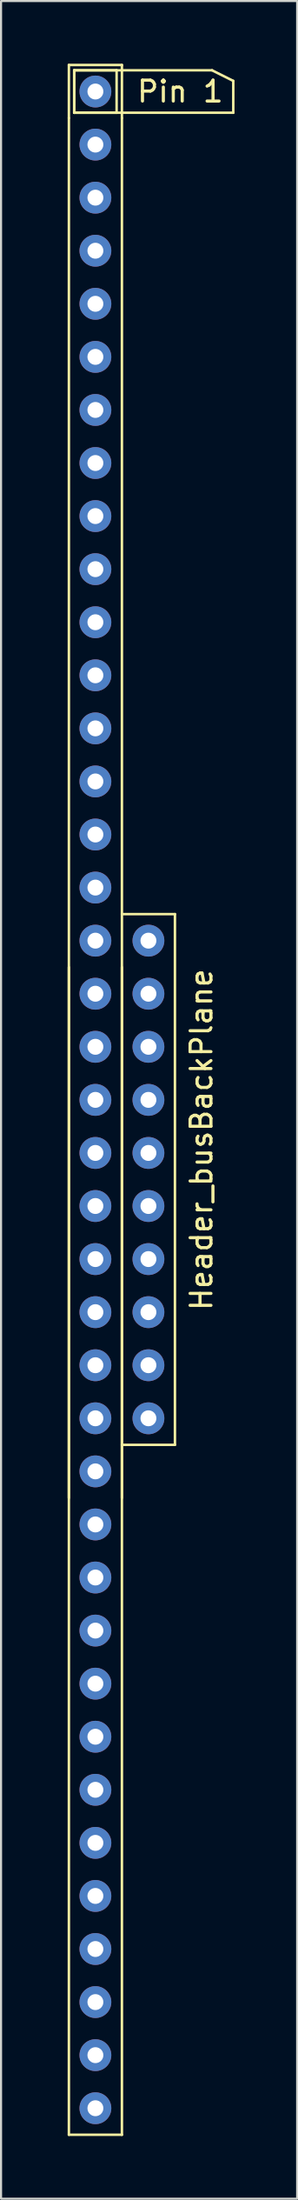
<source format=kicad_pcb>
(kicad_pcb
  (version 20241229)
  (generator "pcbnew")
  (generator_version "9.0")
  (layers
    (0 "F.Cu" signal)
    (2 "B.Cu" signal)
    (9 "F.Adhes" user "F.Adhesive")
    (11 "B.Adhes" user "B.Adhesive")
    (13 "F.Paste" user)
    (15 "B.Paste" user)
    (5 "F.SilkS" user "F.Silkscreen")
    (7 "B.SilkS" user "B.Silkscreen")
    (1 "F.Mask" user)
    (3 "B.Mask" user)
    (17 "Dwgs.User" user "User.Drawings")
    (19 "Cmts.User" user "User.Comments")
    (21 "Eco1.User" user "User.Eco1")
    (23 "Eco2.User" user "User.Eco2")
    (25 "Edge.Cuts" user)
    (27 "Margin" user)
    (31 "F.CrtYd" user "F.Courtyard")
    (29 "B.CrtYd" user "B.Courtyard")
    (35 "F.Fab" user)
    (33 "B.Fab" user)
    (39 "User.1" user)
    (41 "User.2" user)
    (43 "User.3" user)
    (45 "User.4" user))
  (footprint "Header_busBackPlane"
    (layer "F.Cu")
    (at 0.25 51.495)
    (property "Reference" "Header_busBackPlane" (at 6.35 0 90) (layer "F.SilkS") (effects (font (size 1 1) (thickness 0.15))))
    (attr through_hole)
    (fp_line (start 0 -48.895) (end 0 -51.435) (stroke (width 0.12) (type solid)) (layer "F.SilkS"))
    (fp_line (start 0 -48.895) (end 0 47.625) (stroke (width 0.12) (type solid)) (layer "F.SilkS"))
    (fp_line (start 0 -8.255) (end 0 17.145) (stroke (width 0.12) (type solid)) (layer "F.SilkS"))
    (fp_line (start 0 47.625) (end 2.54 47.625) (stroke (width 0.12) (type solid)) (layer "F.SilkS"))
    (fp_line (start 0.254 -51.181) (end 0.254 -49.149) (stroke (width 0.12) (type solid)) (layer "F.SilkS"))
    (fp_line (start 0.254 -51.181) (end 0.254 -49.149) (stroke (width 0.12) (type solid)) (layer "F.SilkS"))
    (fp_line (start 0.254 -49.149) (end 2.286 -49.149) (stroke (width 0.12) (type solid)) (layer "F.SilkS"))
    (fp_line (start 0.254 -49.149) (end 7.874 -49.149) (stroke (width 0.12) (type solid)) (layer "F.SilkS"))
    (fp_line (start 2.286 -51.181) (end 0.254 -51.181) (stroke (width 0.12) (type solid)) (layer "F.SilkS"))
    (fp_line (start 2.286 -49.149) (end 2.286 -51.181) (stroke (width 0.12) (type solid)) (layer "F.SilkS"))
    (fp_line (start 2.54 -51.435) (end 0 -51.435) (stroke (width 0.12) (type solid)) (layer "F.SilkS"))
    (fp_line (start 2.54 -51.435) (end 2.54 -48.895) (stroke (width 0.12) (type solid)) (layer "F.SilkS"))
    (fp_line (start 2.54 -10.795) (end 5.08 -10.795) (stroke (width 0.12) (type solid)) (layer "F.SilkS"))
    (fp_line (start 2.54 17.145) (end 2.54 -8.255) (stroke (width 0.12) (type solid)) (layer "F.SilkS"))
    (fp_line (start 2.54 47.625) (end 2.54 -48.895) (stroke (width 0.12) (type solid)) (layer "F.SilkS"))
    (fp_line (start 5.08 -10.795) (end 5.08 14.605) (stroke (width 0.12) (type solid)) (layer "F.SilkS"))
    (fp_line (start 5.08 14.605) (end 2.54 14.605) (stroke (width 0.12) (type solid)) (layer "F.SilkS"))
    (fp_line (start 6.858 -51.181) (end 0.254 -51.181) (stroke (width 0.12) (type solid)) (layer "F.SilkS"))
    (fp_line (start 7.874 -50.673) (end 6.858 -51.181) (stroke (width 0.12) (type solid)) (layer "F.SilkS"))
    (fp_line (start 7.874 -49.149) (end 7.874 -50.673) (stroke (width 0.12) (type solid)) (layer "F.SilkS"))
    (fp_text user "Pin 1" (at 5.334 -50.165 0) (layer "F.SilkS") (effects (font (size 1 1) (thickness 0.15))))
    (pad "1" thru_hole circle (at 1.27 -50.165) (size 1.524 1.524) (drill 0.762) (layers "*.Cu" "*.Mask"))
    (pad "2" thru_hole circle (at 1.27 -47.625) (size 1.524 1.524) (drill 0.762) (layers "*.Cu" "*.Mask"))
    (pad "3" thru_hole circle (at 1.27 -45.085) (size 1.524 1.524) (drill 0.762) (layers "*.Cu" "*.Mask"))
    (pad "4" thru_hole circle (at 1.27 -42.545) (size 1.524 1.524) (drill 0.762) (layers "*.Cu" "*.Mask"))
    (pad "5" thru_hole circle (at 1.27 -40.005) (size 1.524 1.524) (drill 0.762) (layers "*.Cu" "*.Mask"))
    (pad "6" thru_hole circle (at 1.27 -37.465) (size 1.524 1.524) (drill 0.762) (layers "*.Cu" "*.Mask"))
    (pad "7" thru_hole circle (at 1.27 -34.925) (size 1.524 1.524) (drill 0.762) (layers "*.Cu" "*.Mask"))
    (pad "8" thru_hole circle (at 1.27 -32.385) (size 1.524 1.524) (drill 0.762) (layers "*.Cu" "*.Mask"))
    (pad "9" thru_hole circle (at 1.27 -29.845) (size 1.524 1.524) (drill 0.762) (layers "*.Cu" "*.Mask"))
    (pad "10" thru_hole circle (at 1.27 -27.305) (size 1.524 1.524) (drill 0.762) (layers "*.Cu" "*.Mask"))
    (pad "11" thru_hole circle (at 1.27 -24.765) (size 1.524 1.524) (drill 0.762) (layers "*.Cu" "*.Mask"))
    (pad "12" thru_hole circle (at 1.27 -22.225) (size 1.524 1.524) (drill 0.762) (layers "*.Cu" "*.Mask"))
    (pad "13" thru_hole circle (at 1.27 -19.685) (size 1.524 1.524) (drill 0.762) (layers "*.Cu" "*.Mask"))
    (pad "14" thru_hole circle (at 1.27 -17.145) (size 1.524 1.524) (drill 0.762) (layers "*.Cu" "*.Mask"))
    (pad "15" thru_hole circle (at 1.27 -14.605) (size 1.524 1.524) (drill 0.762) (layers "*.Cu" "*.Mask"))
    (pad "16" thru_hole circle (at 1.27 -12.065) (size 1.524 1.524) (drill 0.762) (layers "*.Cu" "*.Mask"))
    (pad "17" thru_hole circle (at 1.27 -9.525) (size 1.524 1.524) (drill 0.762) (layers "*.Cu" "*.Mask"))
    (pad "18" thru_hole circle (at 1.27 -6.985) (size 1.524 1.524) (drill 0.762) (layers "*.Cu" "*.Mask"))
    (pad "19" thru_hole circle (at 1.27 -4.445) (size 1.524 1.524) (drill 0.762) (layers "*.Cu" "*.Mask"))
    (pad "20" thru_hole circle (at 1.27 -1.905) (size 1.524 1.524) (drill 0.762) (layers "*.Cu" "*.Mask"))
    (pad "21" thru_hole circle (at 1.27 0.635) (size 1.524 1.524) (drill 0.762) (layers "*.Cu" "*.Mask"))
    (pad "22" thru_hole circle (at 1.27 3.175) (size 1.524 1.524) (drill 0.762) (layers "*.Cu" "*.Mask"))
    (pad "23" thru_hole circle (at 1.27 5.715) (size 1.524 1.524) (drill 0.762) (layers "*.Cu" "*.Mask"))
    (pad "24" thru_hole circle (at 1.27 8.255) (size 1.524 1.524) (drill 0.762) (layers "*.Cu" "*.Mask"))
    (pad "25" thru_hole circle (at 1.27 10.795) (size 1.524 1.524) (drill 0.762) (layers "*.Cu" "*.Mask"))
    (pad "26" thru_hole circle (at 1.27 13.335) (size 1.524 1.524) (drill 0.762) (layers "*.Cu" "*.Mask"))
    (pad "27" thru_hole circle (at 1.27 15.875) (size 1.524 1.524) (drill 0.762) (layers "*.Cu" "*.Mask"))
    (pad "28" thru_hole circle (at 1.27 18.415) (size 1.524 1.524) (drill 0.762) (layers "*.Cu" "*.Mask"))
    (pad "29" thru_hole circle (at 1.27 20.955) (size 1.524 1.524) (drill 0.762) (layers "*.Cu" "*.Mask"))
    (pad "30" thru_hole circle (at 1.27 23.495) (size 1.524 1.524) (drill 0.762) (layers "*.Cu" "*.Mask"))
    (pad "31" thru_hole circle (at 1.27 26.035) (size 1.524 1.524) (drill 0.762) (layers "*.Cu" "*.Mask"))
    (pad "32" thru_hole circle (at 1.27 28.575) (size 1.524 1.524) (drill 0.762) (layers "*.Cu" "*.Mask"))
    (pad "33" thru_hole circle (at 1.27 31.115) (size 1.524 1.524) (drill 0.762) (layers "*.Cu" "*.Mask"))
    (pad "34" thru_hole circle (at 1.27 33.655) (size 1.524 1.524) (drill 0.762) (layers "*.Cu" "*.Mask"))
    (pad "35" thru_hole circle (at 1.27 36.195) (size 1.524 1.524) (drill 0.762) (layers "*.Cu" "*.Mask"))
    (pad "36" thru_hole circle (at 1.27 38.735) (size 1.524 1.524) (drill 0.762) (layers "*.Cu" "*.Mask"))
    (pad "37" thru_hole circle (at 1.27 41.275) (size 1.524 1.524) (drill 0.762) (layers "*.Cu" "*.Mask"))
    (pad "38" thru_hole circle (at 1.27 43.815) (size 1.524 1.524) (drill 0.762) (layers "*.Cu" "*.Mask"))
    (pad "39" thru_hole circle (at 1.27 46.355) (size 1.524 1.524) (drill 0.762) (layers "*.Cu" "*.Mask"))
    (pad "E1" thru_hole circle (at 3.81 -9.525) (size 1.524 1.524) (drill 0.762) (layers "*.Cu" "*.Mask"))
    (pad "E2" thru_hole circle (at 3.81 -6.985) (size 1.524 1.524) (drill 0.762) (layers "*.Cu" "*.Mask"))
    (pad "E3" thru_hole circle (at 3.81 -4.445) (size 1.524 1.524) (drill 0.762) (layers "*.Cu" "*.Mask"))
    (pad "E4" thru_hole circle (at 3.81 -1.905) (size 1.524 1.524) (drill 0.762) (layers "*.Cu" "*.Mask"))
    (pad "E5" thru_hole circle (at 3.81 0.635) (size 1.524 1.524) (drill 0.762) (layers "*.Cu" "*.Mask"))
    (pad "E6" thru_hole circle (at 3.81 3.175) (size 1.524 1.524) (drill 0.762) (layers "*.Cu" "*.Mask"))
    (pad "E7" thru_hole circle (at 3.81 5.715) (size 1.524 1.524) (drill 0.762) (layers "*.Cu" "*.Mask"))
    (pad "E8" thru_hole circle (at 3.81 8.255) (size 1.524 1.524) (drill 0.762) (layers "*.Cu" "*.Mask"))
    (pad "E9" thru_hole circle (at 3.81 10.795) (size 1.524 1.524) (drill 0.762) (layers "*.Cu" "*.Mask"))
    (pad "E10" thru_hole circle (at 3.81 13.335) (size 1.524 1.524) (drill 0.762) (layers "*.Cu" "*.Mask")))
  (gr_rect
    (start -3 -3)
    (end 11.184 102.18)
    (stroke (width 0.1) (type default))
    (fill no)
    (layer "Edge.Cuts")))
</source>
